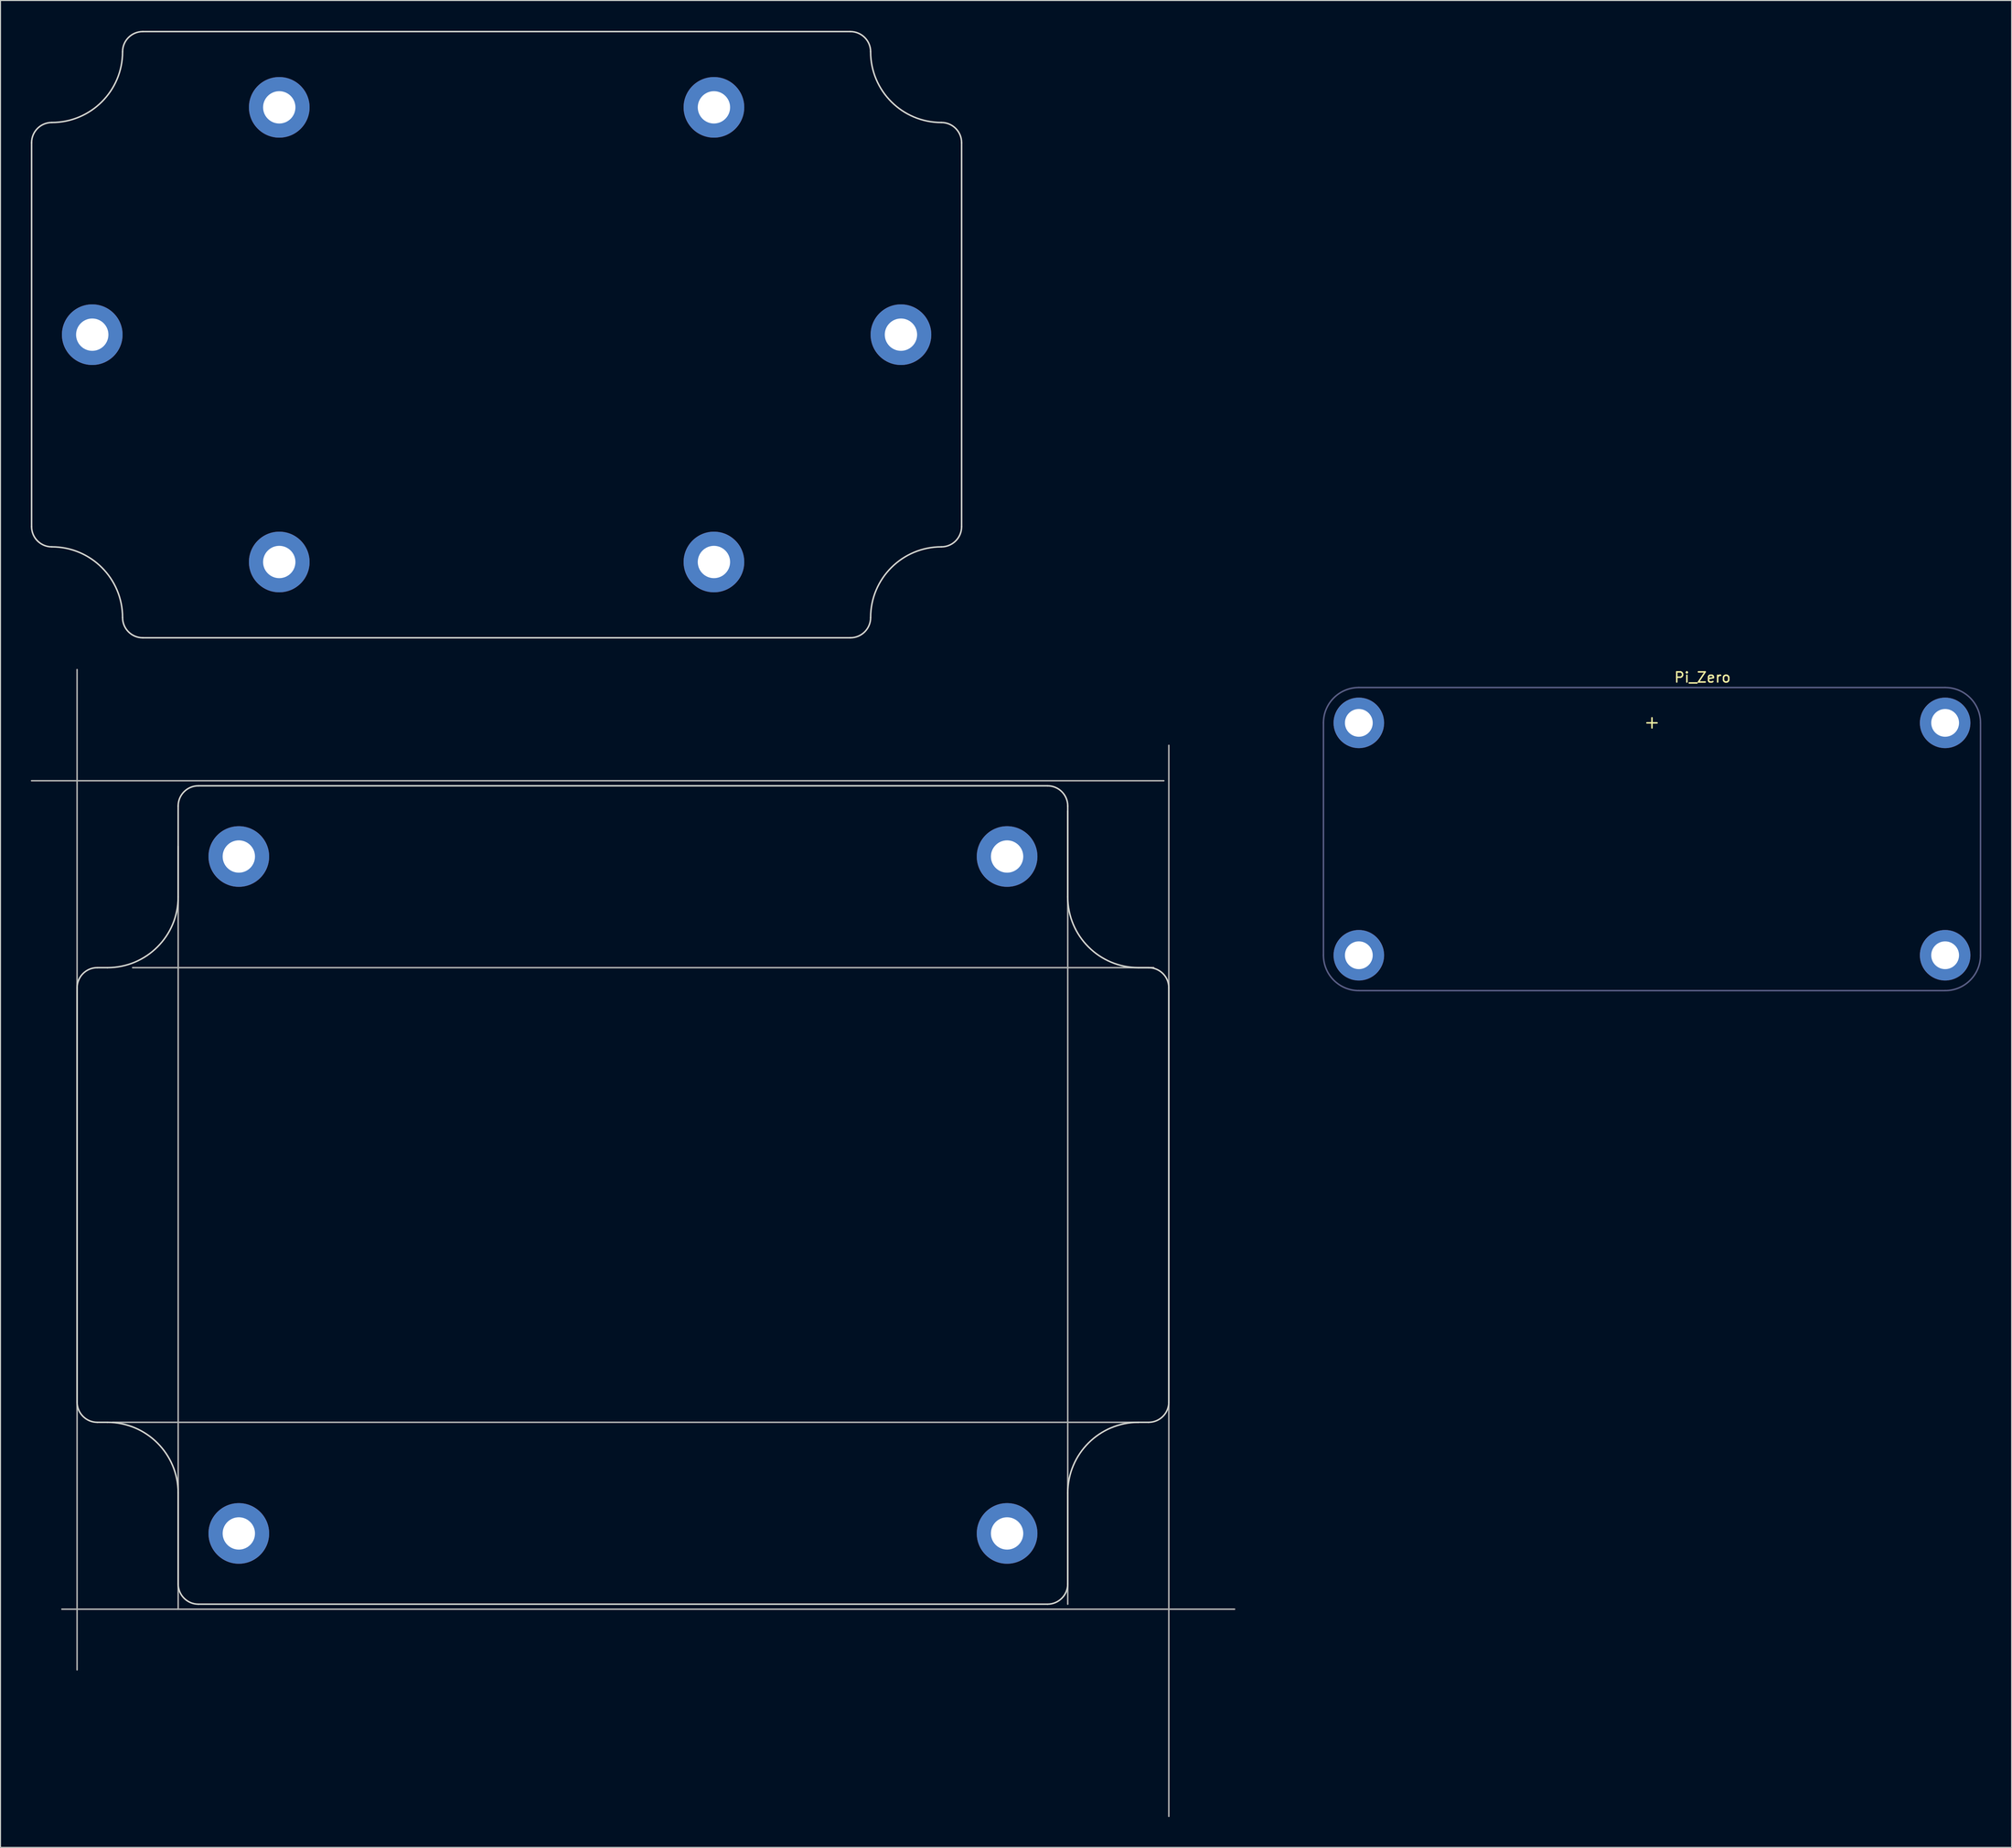
<source format=kicad_pcb>
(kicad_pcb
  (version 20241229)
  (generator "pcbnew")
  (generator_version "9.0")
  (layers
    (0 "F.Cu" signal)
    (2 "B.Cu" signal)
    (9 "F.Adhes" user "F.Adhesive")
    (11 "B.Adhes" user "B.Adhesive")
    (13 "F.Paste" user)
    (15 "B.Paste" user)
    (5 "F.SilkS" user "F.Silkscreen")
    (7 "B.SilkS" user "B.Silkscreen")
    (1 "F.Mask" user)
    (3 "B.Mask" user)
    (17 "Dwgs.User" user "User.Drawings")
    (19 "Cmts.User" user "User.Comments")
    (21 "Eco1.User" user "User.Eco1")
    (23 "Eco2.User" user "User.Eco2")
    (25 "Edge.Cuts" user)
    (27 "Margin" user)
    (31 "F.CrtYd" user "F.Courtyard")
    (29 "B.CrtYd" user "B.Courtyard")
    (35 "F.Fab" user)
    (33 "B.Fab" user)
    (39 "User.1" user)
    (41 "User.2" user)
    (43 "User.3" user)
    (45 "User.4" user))
  (footprint "Enclosure_115-90-55"
    (layer "F.Cu")
    (at 58.575 115.225)
    (property "Reference" "Enclosure_115-90-55" (at 57.5 -33.5 0) (layer "Eco1.User") (effects (font (size 1 1) (thickness 0.15))))
    (attr through_hole)
    (fp_line (start -46 -30) (end -46 30) (stroke (width 0.15) (type solid)) (layer "Eco2.User"))
    (fp_line (start -46 -20) (end -36 -20) (stroke (width 0.15) (type solid)) (layer "Eco2.User"))
    (fp_line (start -46 20) (end -36 20) (stroke (width 0.15) (type solid)) (layer "Eco2.User"))
    (fp_line (start -46 30) (end 46 30) (stroke (width 0.15) (type solid)) (layer "Eco2.User"))
    (fp_line (start -36 -20) (end -36 -30) (stroke (width 0.15) (type solid)) (layer "Eco2.User"))
    (fp_line (start -36 20) (end -36 30) (stroke (width 0.15) (type solid)) (layer "Eco2.User"))
    (fp_line (start 36 -20) (end 36 -30) (stroke (width 0.15) (type solid)) (layer "Eco2.User"))
    (fp_line (start 36 20) (end 46 20) (stroke (width 0.15) (type solid)) (layer "Eco2.User"))
    (fp_line (start 36 30) (end 36 20) (stroke (width 0.15) (type solid)) (layer "Eco2.User"))
    (fp_line (start 46 -30) (end -46 -30) (stroke (width 0.15) (type solid)) (layer "Eco2.User"))
    (fp_line (start 46 -20) (end 36 -20) (stroke (width 0.15) (type solid)) (layer "Eco2.User"))
    (fp_line (start 46 30) (end 46 -30) (stroke (width 0.15) (type solid)) (layer "Eco2.User"))
    (fp_line (start -54 20.5) (end -54 -20.5) (stroke (width 0.15) (type solid)) (layer "Edge.Cuts"))
    (fp_line (start -52 -22.5) (end -51 -22.5) (stroke (width 0.15) (type solid)) (layer "Edge.Cuts"))
    (fp_line (start -51 22.5) (end -52 22.5) (stroke (width 0.15) (type solid)) (layer "Edge.Cuts"))
    (fp_line (start -44 -29.5) (end -44 -38.5) (stroke (width 0.15) (type solid)) (layer "Edge.Cuts"))
    (fp_line (start -44 38.5) (end -44 29.5) (stroke (width 0.15) (type solid)) (layer "Edge.Cuts"))
    (fp_line (start -42 -40.5) (end 42 -40.5) (stroke (width 0.15) (type solid)) (layer "Edge.Cuts"))
    (fp_line (start 42 40.5) (end -42 40.5) (stroke (width 0.15) (type solid)) (layer "Edge.Cuts"))
    (fp_line (start 44 -29.5) (end 44 -38.5) (stroke (width 0.15) (type solid)) (layer "Edge.Cuts"))
    (fp_line (start 44 38.5) (end 44 29.5) (stroke (width 0.15) (type solid)) (layer "Edge.Cuts"))
    (fp_line (start 51 -22.5) (end 52 -22.5) (stroke (width 0.15) (type solid)) (layer "Edge.Cuts"))
    (fp_line (start 52 22.5) (end 51 22.5) (stroke (width 0.15) (type solid)) (layer "Edge.Cuts"))
    (fp_line (start 54 -20.5) (end 54 20.5) (stroke (width 0.15) (type solid)) (layer "Edge.Cuts"))
    (fp_arc (start -54 -20.5) (mid -53.414214 -21.914214) (end -52 -22.5) (stroke (width 0.15) (type solid)) (layer "Edge.Cuts"))
    (fp_arc (start -52 22.5) (mid -53.414214 21.914214) (end -54 20.5) (stroke (width 0.15) (type solid)) (layer "Edge.Cuts"))
    (fp_arc (start -51 22.5) (mid -46.050253 24.550253) (end -44 29.5) (stroke (width 0.15) (type solid)) (layer "Edge.Cuts"))
    (fp_arc (start -44 -38.5) (mid -43.414214 -39.914214) (end -42 -40.5) (stroke (width 0.15) (type solid)) (layer "Edge.Cuts"))
    (fp_arc (start -44 -29.5) (mid -46.050253 -24.550253) (end -51 -22.5) (stroke (width 0.15) (type solid)) (layer "Edge.Cuts"))
    (fp_arc (start -42 40.5) (mid -43.414214 39.914214) (end -44 38.5) (stroke (width 0.15) (type solid)) (layer "Edge.Cuts"))
    (fp_arc (start 42 -40.5) (mid 43.414214 -39.914214) (end 44 -38.5) (stroke (width 0.15) (type solid)) (layer "Edge.Cuts"))
    (fp_arc (start 44 29.5) (mid 46.050253 24.550253) (end 51 22.5) (stroke (width 0.15) (type solid)) (layer "Edge.Cuts"))
    (fp_arc (start 44 38.5) (mid 43.414214 39.914214) (end 42 40.5) (stroke (width 0.15) (type solid)) (layer "Edge.Cuts"))
    (fp_arc (start 51 -22.5) (mid 46.050253 -24.550253) (end 44 -29.5) (stroke (width 0.15) (type solid)) (layer "Edge.Cuts"))
    (fp_arc (start 52 -22.5) (mid 53.414214 -21.914214) (end 54 -20.5) (stroke (width 0.15) (type solid)) (layer "Edge.Cuts"))
    (fp_arc (start 54 20.5) (mid 53.414214 21.914214) (end 52 22.5) (stroke (width 0.15) (type solid)) (layer "Edge.Cuts"))
    (fp_line (start -55.5 41) (end 60.5 41) (stroke (width 0.15) (type solid)) (layer "F.Fab"))
    (fp_line (start -54 47) (end -54 -52) (stroke (width 0.15) (type solid)) (layer "F.Fab"))
    (fp_line (start -50.5 22.5) (end 51 22.5) (stroke (width 0.15) (type solid)) (layer "F.Fab"))
    (fp_line (start -48.5 -22.5) (end 52.5 -22.5) (stroke (width 0.15) (type solid)) (layer "F.Fab"))
    (fp_line (start -44 -34.5) (end -44 41) (stroke (width 0.15) (type solid)) (layer "F.Fab"))
    (fp_line (start 44 -38) (end 44 40.5) (stroke (width 0.15) (type solid)) (layer "F.Fab"))
    (fp_line (start 53.5 -41) (end -58.5 -41) (stroke (width 0.15) (type solid)) (layer "F.Fab"))
    (fp_line (start 54 -44.5) (end 54 61.5) (stroke (width 0.15) (type solid)) (layer "F.Fab"))
    (pad "1" thru_hole circle (at -38 -33.5) (size 6 6) (drill 3.2) (layers "*.Cu" "*.Mask"))
    (pad "1" thru_hole circle (at -38 33.5) (size 6 6) (drill 3.2) (layers "*.Cu" "*.Mask"))
    (pad "1" thru_hole circle (at 38 -33.5) (size 6 6) (drill 3.2) (layers "*.Cu" "*.Mask"))
    (pad "1" thru_hole circle (at 38 33.5) (size 6 6) (drill 3.2) (layers "*.Cu" "*.Mask")))
  (footprint "Pi_Zero"
    (layer "F.Cu")
    (at 160.37 68.498)
    (property "Reference" "Pi_Zero" (at 5 -4.5 0) (layer "F.SilkS") (effects (font (size 1 1) (thickness 0.15))))
    (attr through_hole)
    (fp_line (start -0.5 0) (end 0.5 0) (stroke (width 0.15) (type solid)) (layer "F.SilkS"))
    (fp_line (start 0 -0.5) (end 0 0.5) (stroke (width 0.15) (type solid)) (layer "F.SilkS"))
    (fp_line (start -32.5 0) (end -32.5 23) (stroke (width 0.15) (type solid)) (layer "B.Fab"))
    (fp_line (start -29 -3.5) (end 29 -3.5) (stroke (width 0.15) (type solid)) (layer "B.Fab"))
    (fp_line (start -29 26.5) (end 29 26.5) (stroke (width 0.15) (type solid)) (layer "B.Fab"))
    (fp_line (start 32.5 0) (end 32.5 23) (stroke (width 0.15) (type solid)) (layer "B.Fab"))
    (fp_arc (start -32.5 0) (mid -31.474874 -2.474874) (end -29 -3.5) (stroke (width 0.15) (type solid)) (layer "B.Fab"))
    (fp_arc (start -29 26.5) (mid -31.474874 25.474874) (end -32.5 23) (stroke (width 0.15) (type solid)) (layer "B.Fab"))
    (fp_arc (start 29 -3.5) (mid 31.474874 -2.474874) (end 32.5 0) (stroke (width 0.15) (type solid)) (layer "B.Fab"))
    (fp_arc (start 32.5 23) (mid 31.474874 25.474874) (end 29 26.5) (stroke (width 0.15) (type solid)) (layer "B.Fab"))
    (pad "0" thru_hole circle (at -29 0) (size 5 5) (drill 2.75) (layers "*.Cu" "*.Mask"))
    (pad "0" thru_hole circle (at -29 23) (size 5 5) (drill 2.75) (layers "*.Cu" "*.Mask"))
    (pad "0" thru_hole circle (at 29 0) (size 5 5) (drill 2.75) (layers "*.Cu" "*.Mask"))
    (pad "0" thru_hole circle (at 29 23) (size 5 5) (drill 2.75) (layers "*.Cu" "*.Mask")))
  (footprint "Enclosure_100-68-50_Flanged"
    (layer "F.Cu")
    (at 46.075 30.075)
    (property "Reference" "Enclosure_100-68-50_Flanged" (at 52.5 -26.5 0) (layer "Eco1.User") (effects (font (size 1 1) (thickness 0.15))))
    (attr through_hole)
    (fp_line (start -46 -30) (end -46 30) (stroke (width 0.15) (type solid)) (layer "Eco2.User"))
    (fp_line (start -46 -20) (end -36 -20) (stroke (width 0.15) (type solid)) (layer "Eco2.User"))
    (fp_line (start -46 20) (end -36 20) (stroke (width 0.15) (type solid)) (layer "Eco2.User"))
    (fp_line (start -46 30) (end 46 30) (stroke (width 0.15) (type solid)) (layer "Eco2.User"))
    (fp_line (start -36 -20) (end -36 -30) (stroke (width 0.15) (type solid)) (layer "Eco2.User"))
    (fp_line (start -36 20) (end -36 30) (stroke (width 0.15) (type solid)) (layer "Eco2.User"))
    (fp_line (start 36 -20) (end 36 -30) (stroke (width 0.15) (type solid)) (layer "Eco2.User"))
    (fp_line (start 36 20) (end 46 20) (stroke (width 0.15) (type solid)) (layer "Eco2.User"))
    (fp_line (start 36 30) (end 36 20) (stroke (width 0.15) (type solid)) (layer "Eco2.User"))
    (fp_line (start 46 -30) (end -46 -30) (stroke (width 0.15) (type solid)) (layer "Eco2.User"))
    (fp_line (start 46 -20) (end 36 -20) (stroke (width 0.15) (type solid)) (layer "Eco2.User"))
    (fp_line (start 46 30) (end 46 -30) (stroke (width 0.15) (type solid)) (layer "Eco2.User"))
    (fp_line (start -46 -19) (end -46 19) (stroke (width 0.15) (type solid)) (layer "Edge.Cuts"))
    (fp_line (start -35 30) (end 35 30) (stroke (width 0.15) (type solid)) (layer "Edge.Cuts"))
    (fp_line (start 35 -30) (end -35 -30) (stroke (width 0.15) (type solid)) (layer "Edge.Cuts"))
    (fp_line (start 46 -19) (end 46 19) (stroke (width 0.15) (type solid)) (layer "Edge.Cuts"))
    (fp_arc (start -46 -19) (mid -45.414214 -20.414214) (end -44 -21) (stroke (width 0.15) (type solid)) (layer "Edge.Cuts"))
    (fp_arc (start -44 21) (mid -45.414214 20.414214) (end -46 19) (stroke (width 0.15) (type solid)) (layer "Edge.Cuts"))
    (fp_arc (start -44 21) (mid -39.050253 23.050253) (end -37 28) (stroke (width 0.15) (type solid)) (layer "Edge.Cuts"))
    (fp_arc (start -37 -28) (mid -39.050253 -23.050253) (end -44 -21) (stroke (width 0.15) (type solid)) (layer "Edge.Cuts"))
    (fp_arc (start -37 -28) (mid -36.414214 -29.414214) (end -35 -30) (stroke (width 0.15) (type solid)) (layer "Edge.Cuts"))
    (fp_arc (start -35 30) (mid -36.414214 29.414214) (end -37 28) (stroke (width 0.15) (type solid)) (layer "Edge.Cuts"))
    (fp_arc (start 35 -30) (mid 36.414214 -29.414214) (end 37 -28) (stroke (width 0.15) (type solid)) (layer "Edge.Cuts"))
    (fp_arc (start 37 28) (mid 36.414214 29.414214) (end 35 30) (stroke (width 0.15) (type solid)) (layer "Edge.Cuts"))
    (fp_arc (start 37 28) (mid 39.050253 23.050253) (end 44 21) (stroke (width 0.15) (type solid)) (layer "Edge.Cuts"))
    (fp_arc (start 44 -21) (mid 39.050253 -23.050253) (end 37 -28) (stroke (width 0.15) (type solid)) (layer "Edge.Cuts"))
    (fp_arc (start 44 -21) (mid 45.414214 -20.414214) (end 46 -19) (stroke (width 0.15) (type solid)) (layer "Edge.Cuts"))
    (fp_arc (start 46 19) (mid 45.414214 20.414214) (end 44 21) (stroke (width 0.15) (type solid)) (layer "Edge.Cuts"))
    (pad "1" thru_hole circle (at -40 0) (size 6 6) (drill 3.2) (layers "*.Cu" "*.Mask"))
    (pad "1" thru_hole circle (at -21.5 -22.5) (size 6 6) (drill 3.2) (layers "*.Cu" "*.Mask"))
    (pad "1" thru_hole circle (at -21.5 22.5) (size 6 6) (drill 3.2) (layers "*.Cu" "*.Mask"))
    (pad "1" thru_hole circle (at 21.5 -22.5) (size 6 6) (drill 3.2) (layers "*.Cu" "*.Mask"))
    (pad "1" thru_hole circle (at 21.5 22.5) (size 6 6) (drill 3.2) (layers "*.Cu" "*.Mask"))
    (pad "1" thru_hole circle (at 40 0) (size 6 6) (drill 3.2) (layers "*.Cu" "*.Mask")))
  (gr_rect
    (start -3 -3)
    (end 195.945 179.8)
    (stroke (width 0.1) (type default))
    (fill no)
    (layer "Edge.Cuts")))
</source>
